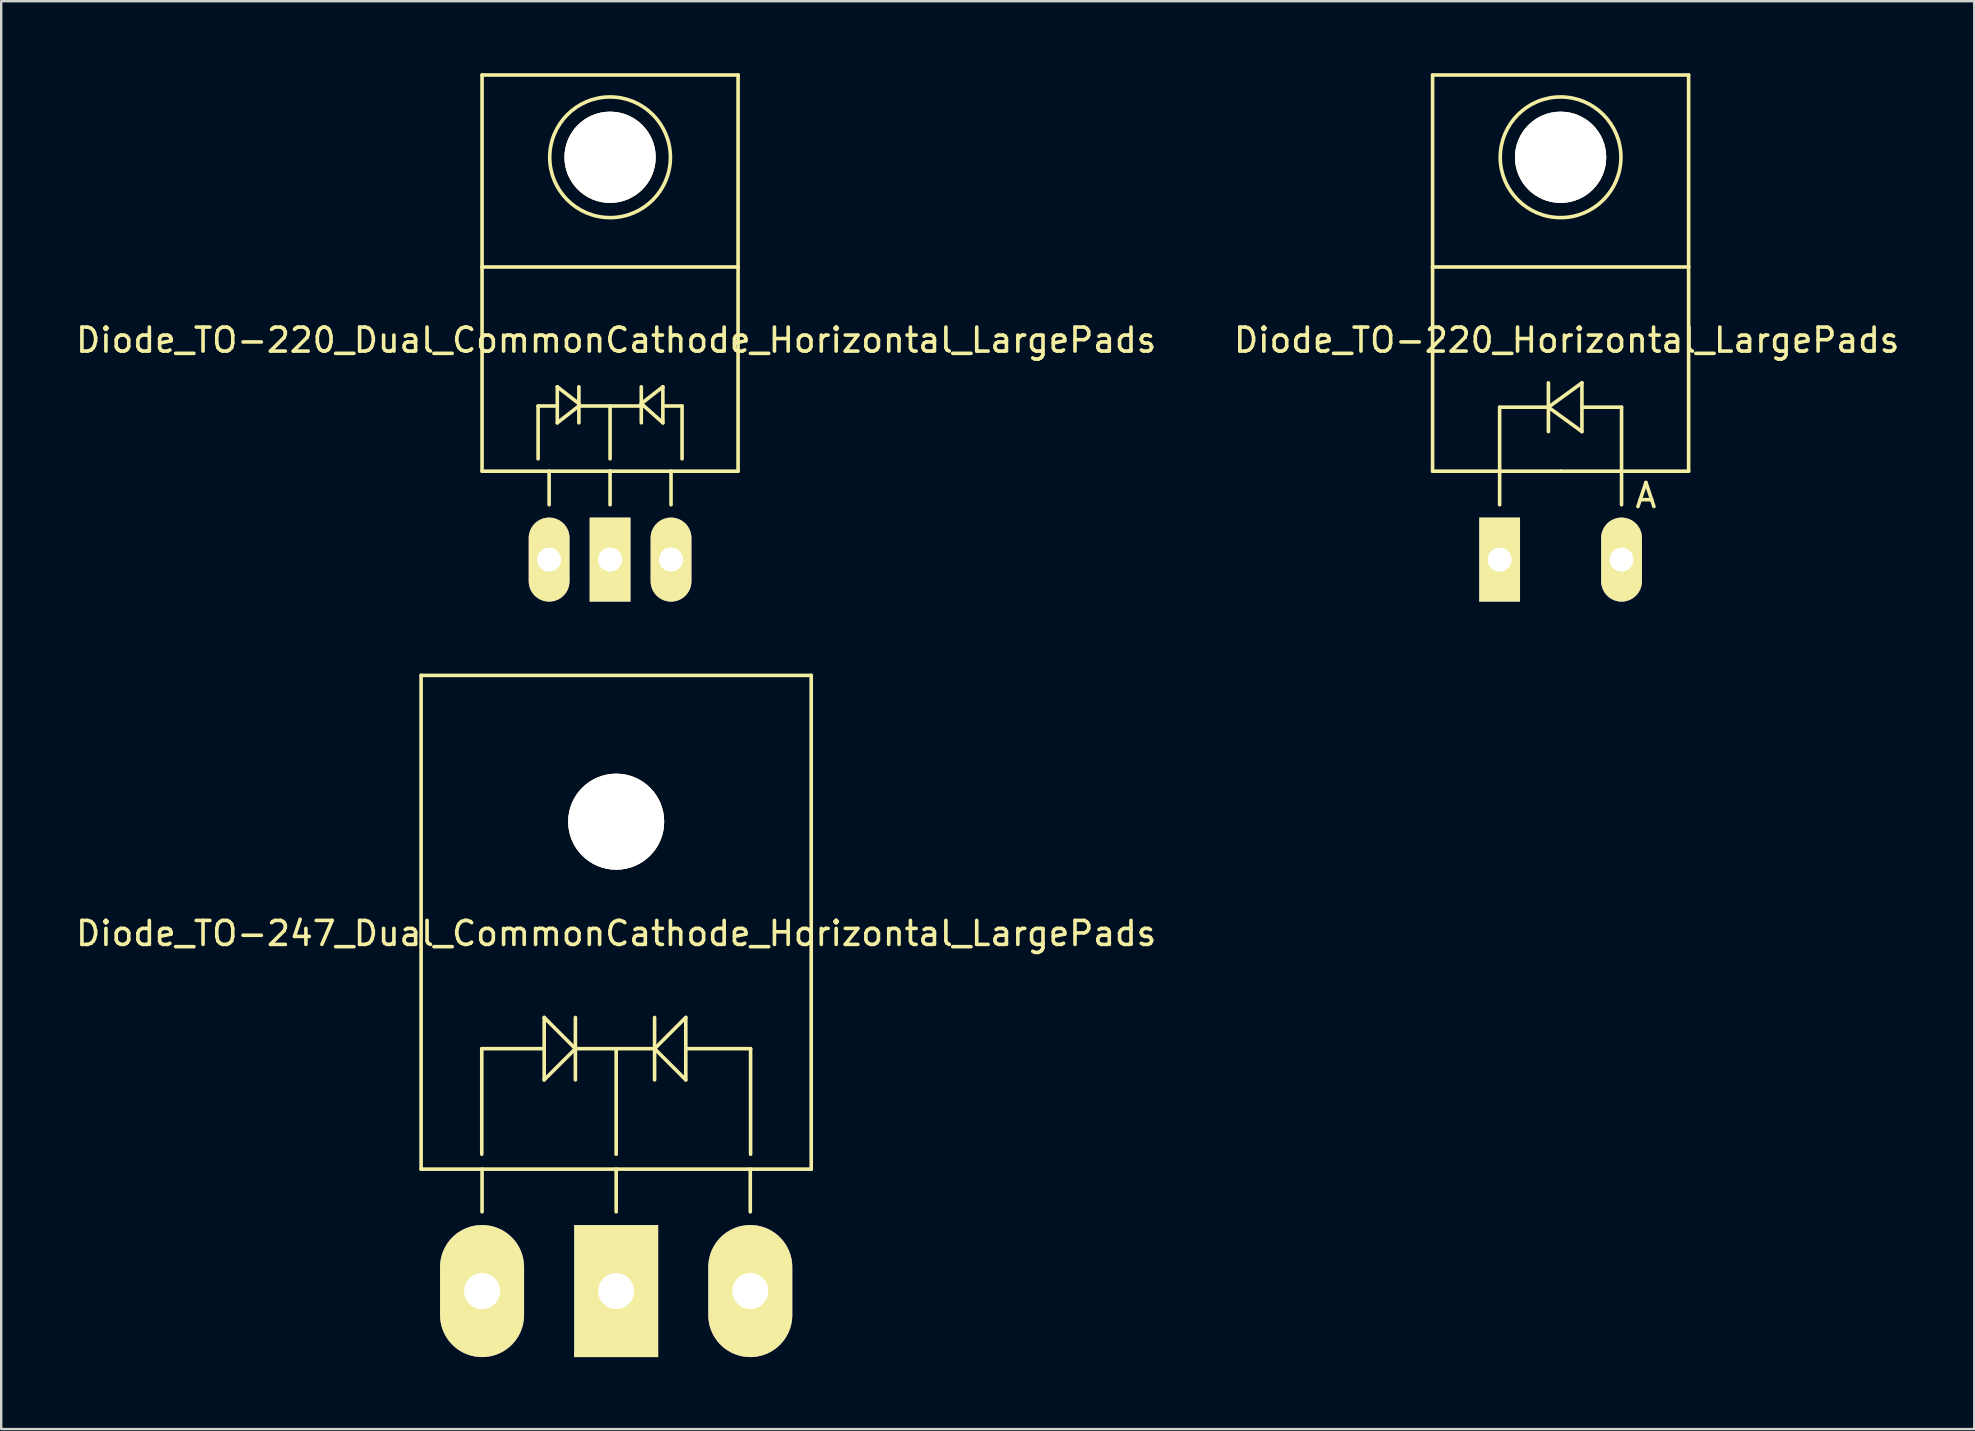
<source format=kicad_pcb>
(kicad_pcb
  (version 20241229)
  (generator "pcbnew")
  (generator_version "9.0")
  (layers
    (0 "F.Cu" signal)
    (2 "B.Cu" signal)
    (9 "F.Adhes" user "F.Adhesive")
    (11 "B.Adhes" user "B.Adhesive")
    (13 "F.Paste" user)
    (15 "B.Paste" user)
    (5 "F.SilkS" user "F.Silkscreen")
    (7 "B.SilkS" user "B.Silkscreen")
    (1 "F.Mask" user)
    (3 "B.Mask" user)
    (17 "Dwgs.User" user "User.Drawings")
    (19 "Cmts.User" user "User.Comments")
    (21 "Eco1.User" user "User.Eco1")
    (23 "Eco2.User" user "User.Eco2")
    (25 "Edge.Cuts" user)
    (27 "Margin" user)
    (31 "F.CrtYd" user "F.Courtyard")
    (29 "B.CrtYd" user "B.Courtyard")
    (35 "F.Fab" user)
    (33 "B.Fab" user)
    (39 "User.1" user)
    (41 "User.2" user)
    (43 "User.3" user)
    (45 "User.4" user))
  (footprint "Diode_TO-247_Dual_CommonCathode_Horizontal_LargePads"
    (layer "F.Cu")
    (at 17.045 50.747)
    (property "Reference" "Diode_TO-247_Dual_CommonCathode_Horizontal_LargePads" (at 5.58 -14.9 0) (layer "F.SilkS") (effects (font (size 1 1) (thickness 0.15))))
    (attr through_hole)
    (fp_line (start -2.548 -25.654) (end 13.708 -25.654) (stroke (width 0.15) (type solid)) (layer "F.SilkS"))
    (fp_line (start -2.548 -5.08) (end -2.548 -25.654) (stroke (width 0.15) (type solid)) (layer "F.SilkS"))
    (fp_line (start -0.02 -10.099) (end -0.02 -5.7) (stroke (width 0.15) (type solid)) (layer "F.SilkS"))
    (fp_line (start -0.008 -3.302) (end -0.008 -5.08) (stroke (width 0.15) (type solid)) (layer "F.SilkS"))
    (fp_line (start 2.581 -11.4) (end 2.581 -8.801) (stroke (width 0.15) (type solid)) (layer "F.SilkS"))
    (fp_line (start 2.581 -10.099) (end -0.02 -10.099) (stroke (width 0.15) (type solid)) (layer "F.SilkS"))
    (fp_line (start 2.581 -8.801) (end 3.881 -10.099) (stroke (width 0.15) (type solid)) (layer "F.SilkS"))
    (fp_line (start 3.881 -11.4) (end 3.881 -8.801) (stroke (width 0.15) (type solid)) (layer "F.SilkS"))
    (fp_line (start 3.881 -10.099) (end 2.581 -11.4) (stroke (width 0.15) (type solid)) (layer "F.SilkS"))
    (fp_line (start 3.881 -10.099) (end 7.181 -10.099) (stroke (width 0.15) (type solid)) (layer "F.SilkS"))
    (fp_line (start 5.58 -10.099) (end 5.58 -5.7) (stroke (width 0.15) (type solid)) (layer "F.SilkS"))
    (fp_line (start 5.58 -3.302) (end 5.58 -5.08) (stroke (width 0.15) (type solid)) (layer "F.SilkS"))
    (fp_line (start 7.181 -11.4) (end 7.181 -8.801) (stroke (width 0.15) (type solid)) (layer "F.SilkS"))
    (fp_line (start 7.181 -10.099) (end 8.481 -11.4) (stroke (width 0.15) (type solid)) (layer "F.SilkS"))
    (fp_line (start 8.481 -11.4) (end 8.481 -8.801) (stroke (width 0.15) (type solid)) (layer "F.SilkS"))
    (fp_line (start 8.481 -10.099) (end 11.181 -10.099) (stroke (width 0.15) (type solid)) (layer "F.SilkS"))
    (fp_line (start 8.481 -8.801) (end 7.181 -10.099) (stroke (width 0.15) (type solid)) (layer "F.SilkS"))
    (fp_line (start 11.168 -3.302) (end 11.168 -5.08) (stroke (width 0.15) (type solid)) (layer "F.SilkS"))
    (fp_line (start 11.181 -10.099) (end 11.181 -5.7) (stroke (width 0.15) (type solid)) (layer "F.SilkS"))
    (fp_line (start 13.708 -25.654) (end 13.708 -5.08) (stroke (width 0.15) (type solid)) (layer "F.SilkS"))
    (fp_line (start 13.708 -5.08) (end -2.548 -5.08) (stroke (width 0.15) (type solid)) (layer "F.SilkS"))
    (fp_circle (center 5.58 -19.558) (end 7.358 -19.558) (stroke (width 0.15) (type solid)) (fill no) (layer "F.SilkS"))
    (pad "1" thru_hole oval (at -0.008 0 90) (size 5.502 3.5) (drill 1.501) (layers "*.Cu" "*.Mask" "F.SilkS"))
    (pad "2" thru_hole rect (at 5.58 0 90) (size 5.502 3.5) (drill 1.501) (layers "*.Cu" "*.Mask" "F.SilkS"))
    (pad "3" thru_hole oval (at 11.168 0 90) (size 5.502 3.5) (drill 1.501) (layers "*.Cu" "*.Mask" "F.SilkS"))
    (pad "9" thru_hole circle (at 5.58 -19.558) (size 4 4) (drill 4) (layers "B.Cu" "F.SilkS")))
  (footprint "Diode_TO-220_Dual_CommonCathode_Horizontal_LargePads"
    (layer "F.Cu")
    (at 19.834 20.268)
    (property "Reference" "Diode_TO-220_Dual_CommonCathode_Horizontal_LargePads" (at 2.791 -9.144 0) (layer "F.SilkS") (effects (font (size 1 1) (thickness 0.15))))
    (attr through_hole)
    (fp_line (start -2.797 -20.193) (end -2.797 -12.192) (stroke (width 0.15) (type solid)) (layer "F.SilkS"))
    (fp_line (start -2.797 -12.192) (end -2.797 -3.683) (stroke (width 0.15) (type solid)) (layer "F.SilkS"))
    (fp_line (start -0.462 -6.401) (end -0.462 -4.201) (stroke (width 0.15) (type solid)) (layer "F.SilkS"))
    (fp_line (start -0.003 -3.683) (end -0.003 -2.286) (stroke (width 0.15) (type solid)) (layer "F.SilkS"))
    (fp_line (start 0.338 -7.201) (end 0.338 -5.7) (stroke (width 0.15) (type solid)) (layer "F.SilkS"))
    (fp_line (start 0.338 -6.401) (end -0.462 -6.401) (stroke (width 0.15) (type solid)) (layer "F.SilkS"))
    (fp_line (start 0.338 -5.7) (end 1.237 -6.401) (stroke (width 0.15) (type solid)) (layer "F.SilkS"))
    (fp_line (start 1.237 -7.201) (end 1.237 -5.7) (stroke (width 0.15) (type solid)) (layer "F.SilkS"))
    (fp_line (start 1.237 -6.5) (end 0.338 -7.201) (stroke (width 0.15) (type solid)) (layer "F.SilkS"))
    (fp_line (start 1.237 -6.401) (end 3.937 -6.401) (stroke (width 0.15) (type solid)) (layer "F.SilkS"))
    (fp_line (start 2.537 -6.401) (end 2.537 -4.201) (stroke (width 0.15) (type solid)) (layer "F.SilkS"))
    (fp_line (start 2.537 -3.683) (end -2.797 -3.683) (stroke (width 0.15) (type solid)) (layer "F.SilkS"))
    (fp_line (start 2.537 -3.683) (end 2.537 -2.286) (stroke (width 0.15) (type solid)) (layer "F.SilkS"))
    (fp_line (start 2.537 -3.683) (end 7.871 -3.683) (stroke (width 0.15) (type solid)) (layer "F.SilkS"))
    (fp_line (start 3.838 -7.201) (end 3.838 -5.7) (stroke (width 0.15) (type solid)) (layer "F.SilkS"))
    (fp_line (start 3.838 -6.5) (end 4.737 -7.201) (stroke (width 0.15) (type solid)) (layer "F.SilkS"))
    (fp_line (start 4.737 -7.201) (end 4.737 -5.7) (stroke (width 0.15) (type solid)) (layer "F.SilkS"))
    (fp_line (start 4.737 -5.7) (end 3.838 -6.5) (stroke (width 0.15) (type solid)) (layer "F.SilkS"))
    (fp_line (start 4.839 -6.401) (end 5.537 -6.401) (stroke (width 0.15) (type solid)) (layer "F.SilkS"))
    (fp_line (start 5.077 -3.683) (end 5.077 -2.286) (stroke (width 0.15) (type solid)) (layer "F.SilkS"))
    (fp_line (start 5.537 -6.401) (end 5.537 -4.201) (stroke (width 0.15) (type solid)) (layer "F.SilkS"))
    (fp_line (start 7.871 -20.193) (end -2.797 -20.193) (stroke (width 0.15) (type solid)) (layer "F.SilkS"))
    (fp_line (start 7.871 -12.192) (end -2.797 -12.192) (stroke (width 0.15) (type solid)) (layer "F.SilkS"))
    (fp_line (start 7.871 -12.192) (end 7.871 -20.193) (stroke (width 0.15) (type solid)) (layer "F.SilkS"))
    (fp_line (start 7.871 -3.683) (end 7.871 -12.192) (stroke (width 0.15) (type solid)) (layer "F.SilkS"))
    (fp_circle (center 2.537 -16.764) (end 4.315 -14.986) (stroke (width 0.15) (type solid)) (fill no) (layer "F.SilkS"))
    (pad "1" thru_hole oval (at -0.003 0 90) (size 3.5 1.699) (drill 1.001) (layers "*.Cu" "*.Mask" "F.SilkS"))
    (pad "2" thru_hole rect (at 2.537 0 90) (size 3.5 1.699) (drill 1.001) (layers "*.Cu" "*.Mask" "F.SilkS"))
    (pad "3" thru_hole oval (at 5.077 0 90) (size 3.5 1.699) (drill 1.001) (layers "*.Cu" "*.Mask" "F.SilkS"))
    (pad "9" thru_hole circle (at 2.537 -16.764 90) (size 3.8 3.8) (drill 3.8) (layers "*.Cu" "*.Mask" "F.SilkS")))
  (footprint "Diode_TO-220_Horizontal_LargePads"
    (layer "F.Cu")
    (at 59.443 20.268)
    (property "Reference" "Diode_TO-220_Horizontal_LargePads" (at 2.789 -9.144 0) (layer "F.SilkS") (effects (font (size 1 1) (thickness 0.15))))
    (attr through_hole)
    (fp_line (start -2.799 -20.193) (end -2.799 -12.192) (stroke (width 0.15) (type solid)) (layer "F.SilkS"))
    (fp_line (start -2.799 -12.192) (end -2.799 -3.683) (stroke (width 0.15) (type solid)) (layer "F.SilkS"))
    (fp_line (start -0.005 -6.35) (end -0.005 -3.683) (stroke (width 0.15) (type solid)) (layer "F.SilkS"))
    (fp_line (start -0.005 -3.683) (end -0.005 -2.286) (stroke (width 0.15) (type solid)) (layer "F.SilkS"))
    (fp_line (start 2.027 -7.366) (end 2.027 -5.334) (stroke (width 0.15) (type solid)) (layer "F.SilkS"))
    (fp_line (start 2.027 -6.35) (end -0.005 -6.35) (stroke (width 0.15) (type solid)) (layer "F.SilkS"))
    (fp_line (start 2.027 -6.35) (end 3.424 -7.366) (stroke (width 0.15) (type solid)) (layer "F.SilkS"))
    (fp_line (start 2.535 -3.683) (end -2.799 -3.683) (stroke (width 0.15) (type solid)) (layer "F.SilkS"))
    (fp_line (start 2.535 -3.683) (end 7.869 -3.683) (stroke (width 0.15) (type solid)) (layer "F.SilkS"))
    (fp_line (start 3.424 -7.366) (end 3.424 -5.334) (stroke (width 0.15) (type solid)) (layer "F.SilkS"))
    (fp_line (start 3.424 -6.35) (end 5.075 -6.35) (stroke (width 0.15) (type solid)) (layer "F.SilkS"))
    (fp_line (start 3.424 -5.334) (end 2.027 -6.35) (stroke (width 0.15) (type solid)) (layer "F.SilkS"))
    (fp_line (start 5.075 -6.35) (end 5.075 -3.683) (stroke (width 0.15) (type solid)) (layer "F.SilkS"))
    (fp_line (start 5.075 -3.683) (end 5.075 -2.286) (stroke (width 0.15) (type solid)) (layer "F.SilkS"))
    (fp_line (start 7.869 -20.193) (end -2.799 -20.193) (stroke (width 0.15) (type solid)) (layer "F.SilkS"))
    (fp_line (start 7.869 -12.192) (end -2.799 -12.192) (stroke (width 0.15) (type solid)) (layer "F.SilkS"))
    (fp_line (start 7.869 -12.192) (end 7.869 -20.193) (stroke (width 0.15) (type solid)) (layer "F.SilkS"))
    (fp_line (start 7.869 -3.683) (end 7.869 -12.192) (stroke (width 0.15) (type solid)) (layer "F.SilkS"))
    (fp_circle (center 2.535 -16.764) (end 4.313 -14.986) (stroke (width 0.15) (type solid)) (fill no) (layer "F.SilkS"))
    (fp_text user "A" (at 6.091 -2.667 0) (layer "F.SilkS") (effects (font (size 1 1) (thickness 0.15))))
    (pad "1" thru_hole rect (at -0.005 0 90) (size 3.5 1.699) (drill 1.001) (layers "*.Cu" "*.Mask" "F.SilkS"))
    (pad "2" thru_hole circle (at 2.535 -16.764 90) (size 3.8 3.8) (drill 3.8) (layers "*.Cu" "*.Mask" "F.SilkS"))
    (pad "2" thru_hole oval (at 5.075 0 90) (size 3.5 1.699) (drill 1.001) (layers "*.Cu" "*.Mask" "F.SilkS")))
  (gr_rect
    (start -3 -3)
    (end 79.214 56.498)
    (stroke (width 0.1) (type default))
    (fill no)
    (layer "Edge.Cuts")))
</source>
